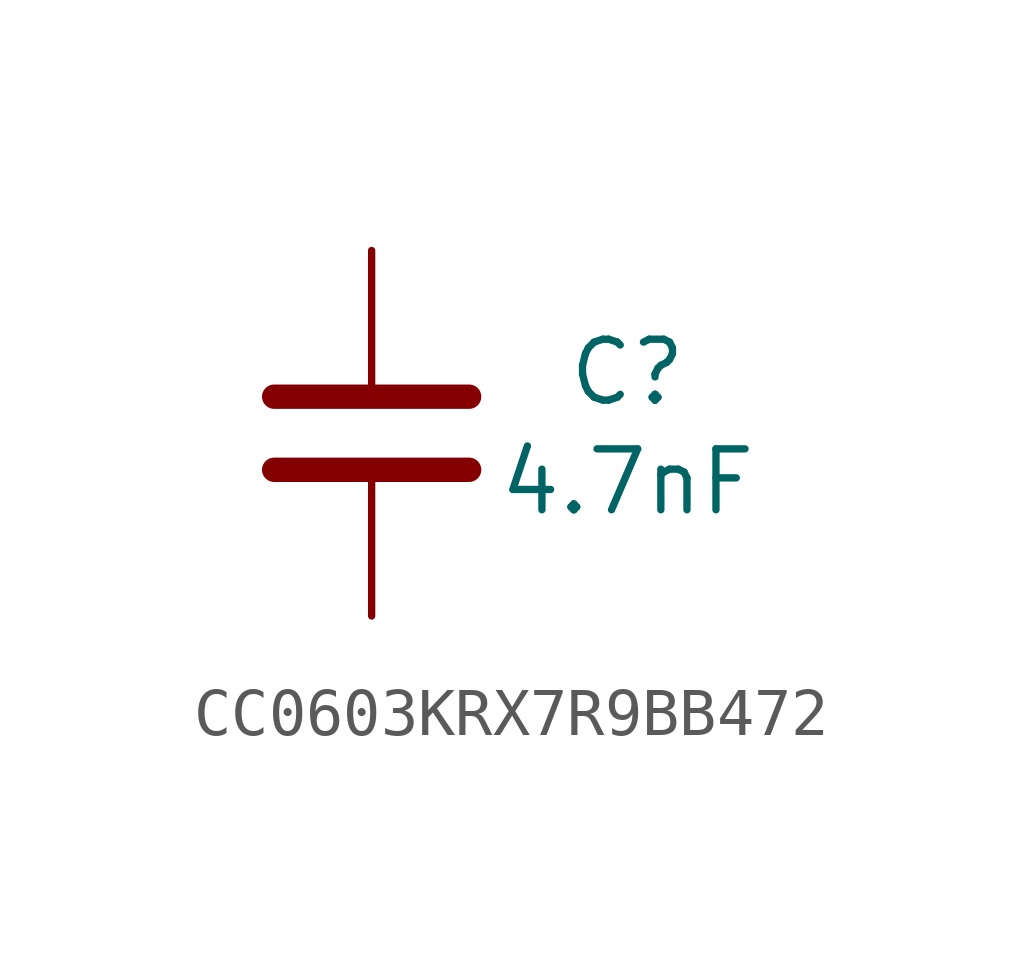
<source format=kicad_sym>
(kicad_symbol_lib
  (version 20241209)
  (generator "kicad_symbol_editor")
  (generator_version "9.0")
  (symbol "CC0603KRX7R9BB472"
    (property "Reference" "C"
      (at 5.334 1.27 0)
      (effects (font (size 1.27 1.27))))
    (property "Value" "4.7nF"
      (at 5.334 -1.016 0)
      (effects (font (size 1.27 1.27))))
    (symbol "CC0603KRX7R9BB472_0_1"
      (polyline (pts (xy -2.032 0.762) (xy 2.032 0.762)) (stroke (width 0.508) (type default)) (fill (type none)))
      (polyline (pts (xy -2.032 -0.762) (xy 2.032 -0.762)) (stroke (width 0.508) (type default)) (fill (type none))))
    (symbol "CC0603KRX7R9BB472_1_1"
      (pin passive line (at 0 3.81 270) (length 2.794) (name "~" (effects (font (size 1.27 1.27)))) (number "1" (effects (font (size 0 0)))))
      (pin passive line (at 0 -3.81 90) (length 2.794) (name "~" (effects (font (size 1.27 1.27)))) (number "2" (effects (font (size 0 0))))))))
</source>
